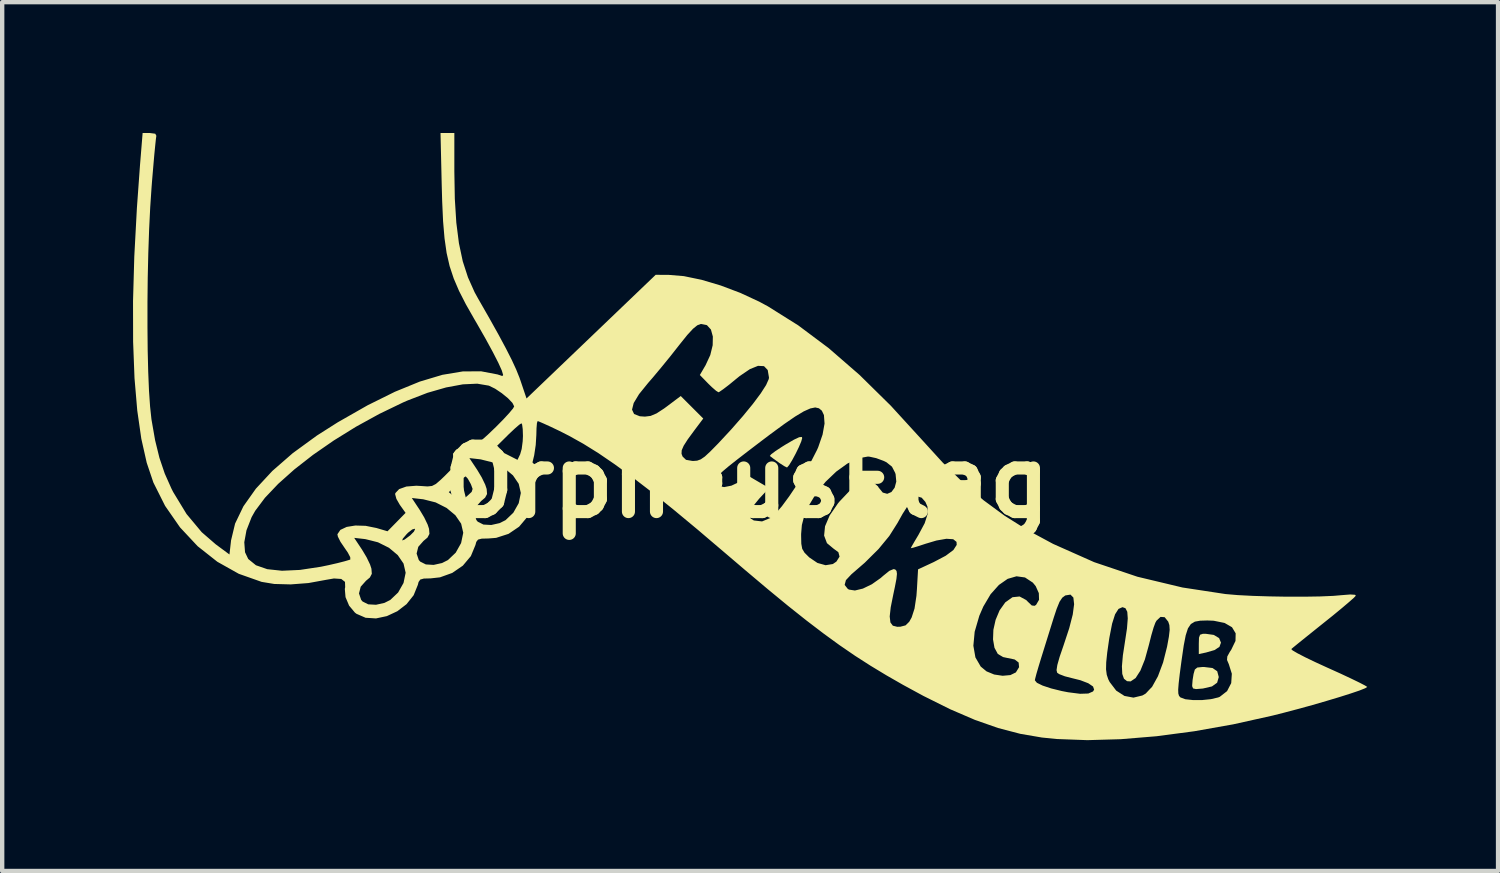
<source format=kicad_pcb>
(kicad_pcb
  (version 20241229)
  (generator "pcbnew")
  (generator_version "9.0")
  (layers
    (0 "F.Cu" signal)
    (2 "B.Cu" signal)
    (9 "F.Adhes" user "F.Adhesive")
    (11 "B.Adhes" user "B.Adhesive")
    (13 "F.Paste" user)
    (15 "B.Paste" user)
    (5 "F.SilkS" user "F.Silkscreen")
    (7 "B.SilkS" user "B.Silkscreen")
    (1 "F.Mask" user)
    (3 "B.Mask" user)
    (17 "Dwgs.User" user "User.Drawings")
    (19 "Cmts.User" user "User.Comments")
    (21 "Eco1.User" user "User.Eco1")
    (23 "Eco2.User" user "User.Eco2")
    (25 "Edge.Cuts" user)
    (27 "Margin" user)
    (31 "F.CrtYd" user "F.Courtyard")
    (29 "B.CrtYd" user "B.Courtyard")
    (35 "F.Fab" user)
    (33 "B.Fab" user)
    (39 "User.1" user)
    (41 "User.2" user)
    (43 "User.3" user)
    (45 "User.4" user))
  (footprint "OrpheusFlag"
    (layer "F.Cu")
    (at 14.073 8.001)
    (property "Reference" "OrpheusFlag" (at 0 0 0) (layer "F.SilkS") (effects (font (size 1.5 1.5) (thickness 0.3))))
    (attr board_only exclude_from_pos_files exclude_from_bom)
    (fp_poly (pts (xy 10.705 3.506) (xy 10.828 3.579) (xy 10.871 3.683) (xy 10.836 3.78) (xy 10.722 3.854) (xy 10.528 3.91) (xy 10.363 3.945) (xy 10.363 3.712) (xy 10.367 3.57) (xy 10.392 3.502) (xy 10.455 3.481) (xy 10.519 3.48)) (stroke (width 0) (type solid)) (fill yes) (layer "F.SilkS"))
    (fp_poly (pts (xy 10.677 4.265) (xy 10.785 4.339) (xy 10.82 4.47) (xy 10.82 4.474) (xy 10.783 4.602) (xy 10.665 4.687) (xy 10.459 4.735) (xy 10.439 4.737) (xy 10.298 4.748) (xy 10.231 4.733) (xy 10.211 4.682) (xy 10.211 4.661) (xy 10.221 4.537) (xy 10.243 4.401) (xy 10.272 4.3) (xy 10.328 4.254) (xy 10.443 4.242) (xy 10.486 4.242)) (stroke (width 0) (type solid)) (fill yes) (layer "F.SilkS"))
    (fp_poly (pts (xy 1.27 -1.009) (xy 1.248 -0.93) (xy 1.193 -0.8) (xy 1.119 -0.648) (xy 1.04 -0.501) (xy 0.97 -0.387) (xy 0.924 -0.334) (xy 0.92 -0.333) (xy 0.863 -0.361) (xy 0.757 -0.429) (xy 0.722 -0.454) (xy 0.609 -0.535) (xy 0.537 -0.59) (xy 0.528 -0.598) (xy 0.557 -0.634) (xy 0.655 -0.708) (xy 0.804 -0.806) (xy 0.886 -0.857) (xy 1.078 -0.969) (xy 1.199 -1.026) (xy 1.259 -1.033)) (stroke (width 0) (type solid)) (fill yes) (layer "F.SilkS"))
    (fp_poly (pts (xy -13.563 -7.985) (xy -13.538 -7.938) (xy -13.548 -7.87) (xy -13.564 -7.717) (xy -13.586 -7.494) (xy -13.61 -7.216) (xy -13.637 -6.899) (xy -13.648 -6.756) (xy -13.679 -6.297) (xy -13.704 -5.788) (xy -13.723 -5.245) (xy -13.736 -4.681) (xy -13.742 -4.114) (xy -13.742 -3.556) (xy -13.737 -3.024) (xy -13.725 -2.532) (xy -13.707 -2.096) (xy -13.682 -1.73) (xy -13.652 -1.45) (xy -13.65 -1.434) (xy -13.567 -0.958) (xy -13.468 -0.555) (xy -13.346 -0.194) (xy -13.192 0.152) (xy -13.153 0.229) (xy -12.846 0.734) (xy -12.498 1.151) (xy -12.177 1.429) (xy -11.862 1.662) (xy -11.83 1.381) (xy -11.522 1.381) (xy -11.505 1.611) (xy -11.432 1.765) (xy -11.255 1.909) (xy -10.995 1.999) (xy -10.658 2.035) (xy -10.246 2.016) (xy -9.765 1.943) (xy -9.587 1.906) (xy -9.382 1.859) (xy -9.215 1.816) (xy -9.111 1.785) (xy -9.091 1.777) (xy -9.093 1.724) (xy -9.148 1.619) (xy -9.222 1.511) (xy -9.317 1.371) (xy -9.362 1.281) (xy -9.002 1.281) (xy -8.82 1.555) (xy -8.718 1.726) (xy -8.639 1.89) (xy -8.607 1.988) (xy -8.598 2.105) (xy -8.642 2.189) (xy -8.732 2.265) (xy -8.853 2.401) (xy -8.892 2.555) (xy -8.843 2.701) (xy -8.81 2.74) (xy -8.681 2.805) (xy -8.502 2.815) (xy -8.309 2.772) (xy -8.174 2.704) (xy -7.995 2.534) (xy -7.871 2.315) (xy -7.823 2.084) (xy -7.823 2.078) (xy -7.871 1.87) (xy -8.004 1.676) (xy -8.204 1.509) (xy -8.456 1.383) (xy -8.62 1.341) (xy -7.901 1.341) (xy -7.845 1.319) (xy -7.727 1.231) (xy -7.716 1.222) (xy -7.632 1.137) (xy -7.606 1.08) (xy -7.612 1.072) (xy -7.671 1.088) (xy -7.765 1.161) (xy -7.8 1.196) (xy -7.888 1.299) (xy -7.901 1.341) (xy -8.62 1.341) (xy -8.742 1.311) (xy -8.771 1.307) (xy -9.002 1.281) (xy -9.362 1.281) (xy -9.376 1.253) (xy -9.387 1.198) (xy -9.319 1.098) (xy -9.175 1.03) (xy -8.975 0.998) (xy -8.74 1.005) (xy -8.491 1.055) (xy -8.471 1.061) (xy -8.238 1.13) (xy -8.031 0.919) (xy -7.824 0.708) (xy -7.957 0.522) (xy -8.034 0.388) (xy -8.04 0.367) (xy -7.681 0.367) (xy -7.5 0.64) (xy -7.397 0.812) (xy -7.318 0.976) (xy -7.286 1.074) (xy -7.277 1.19) (xy -7.322 1.275) (xy -7.412 1.35) (xy -7.533 1.487) (xy -7.571 1.641) (xy -7.522 1.787) (xy -7.489 1.825) (xy -7.36 1.89) (xy -7.181 1.901) (xy -6.988 1.858) (xy -6.853 1.79) (xy -6.674 1.62) (xy -6.551 1.4) (xy -6.503 1.17) (xy -6.502 1.163) (xy -6.55 0.956) (xy -6.683 0.762) (xy -6.884 0.595) (xy -7.135 0.468) (xy -7.421 0.396) (xy -7.45 0.393) (xy -7.681 0.367) (xy -8.04 0.367) (xy -8.063 0.281) (xy -8.059 0.256) (xy -8.039 0.234) (xy -6.833 0.234) (xy -6.706 0.332) (xy -6.611 0.403) (xy -6.55 0.42) (xy -6.482 0.381) (xy -6.401 0.312) (xy -6.309 0.227) (xy -6.287 0.159) (xy -6.323 0.06) (xy -6.336 0.033) (xy -6.396 -0.074) (xy -6.443 -0.126) (xy -6.448 -0.127) (xy -6.5 -0.094) (xy -6.596 -0.008) (xy -6.658 0.054) (xy -6.833 0.234) (xy -8.039 0.234) (xy -7.972 0.163) (xy -7.806 0.104) (xy -7.58 0.086) (xy -7.468 0.092) (xy -7.321 0.102) (xy -7.218 0.091) (xy -7.129 0.045) (xy -7.02 -0.049) (xy -6.926 -0.139) (xy -6.79 -0.276) (xy -6.718 -0.367) (xy -6.696 -0.436) (xy -6.713 -0.504) (xy -6.719 -0.517) (xy -6.723 -0.548) (xy -6.361 -0.548) (xy -6.179 -0.274) (xy -6.077 -0.103) (xy -5.998 0.061) (xy -5.965 0.16) (xy -5.956 0.276) (xy -6.001 0.36) (xy -6.091 0.436) (xy -6.212 0.572) (xy -6.25 0.726) (xy -6.201 0.872) (xy -6.169 0.911) (xy -6.039 0.976) (xy -5.86 0.986) (xy -5.668 0.943) (xy -5.532 0.875) (xy -5.354 0.705) (xy -5.23 0.486) (xy -5.182 0.255) (xy -5.182 0.249) (xy -5.23 0.042) (xy -5.362 -0.152) (xy -5.563 -0.32) (xy -5.814 -0.446) (xy -6.1 -0.518) (xy -6.129 -0.522) (xy -6.361 -0.548) (xy -6.723 -0.548) (xy -6.738 -0.647) (xy -6.661 -0.744) (xy -6.58 -0.774) (xy -5.782 -0.774) (xy -5.52 -0.641) (xy -5.258 -0.508) (xy -5.197 -0.635) (xy -5.162 -0.757) (xy -5.139 -0.933) (xy -5.133 -1.054) (xy -5.138 -1.211) (xy -5.152 -1.317) (xy -5.167 -1.346) (xy -5.218 -1.313) (xy -5.321 -1.224) (xy -5.455 -1.098) (xy -5.493 -1.06) (xy -5.782 -0.774) (xy -6.58 -0.774) (xy -6.49 -0.807) (xy -6.395 -0.823) (xy -6.288 -0.843) (xy -6.19 -0.884) (xy -6.081 -0.958) (xy -5.942 -1.081) (xy -5.753 -1.262) (xy -5.587 -1.43) (xy -5.453 -1.575) (xy -5.383 -1.659) (xy -2.632 -1.659) (xy -2.585 -1.559) (xy -2.454 -1.507) (xy -2.336 -1.499) (xy -2.206 -1.515) (xy -2.069 -1.573) (xy -1.897 -1.685) (xy -1.829 -1.735) (xy -1.515 -1.971) (xy -1.257 -1.713) (xy -0.999 -1.455) (xy -1.202 -1.185) (xy -1.354 -0.978) (xy -1.448 -0.831) (xy -1.493 -0.727) (xy -1.497 -0.647) (xy -1.473 -0.584) (xy -1.394 -0.508) (xy -1.25 -0.483) (xy -1.23 -0.482) (xy -1.139 -0.489) (xy -1.056 -0.519) (xy -0.962 -0.584) (xy -0.838 -0.699) (xy -0.665 -0.875) (xy -0.656 -0.884) (xy -0.356 -1.207) (xy -0.089 -1.512) (xy 0.138 -1.789) (xy 0.318 -2.03) (xy 0.442 -2.223) (xy 0.503 -2.36) (xy 0.508 -2.395) (xy 0.479 -2.567) (xy 0.394 -2.656) (xy 0.257 -2.663) (xy 0.071 -2.588) (xy -0.162 -2.43) (xy -0.246 -2.362) (xy -0.408 -2.229) (xy -0.543 -2.126) (xy -0.63 -2.066) (xy -0.65 -2.057) (xy -0.705 -2.091) (xy -0.804 -2.177) (xy -0.884 -2.255) (xy -1.077 -2.453) (xy -0.945 -2.679) (xy -0.838 -2.91) (xy -0.783 -3.135) (xy -0.779 -3.335) (xy -0.823 -3.495) (xy -0.915 -3.596) (xy -1.051 -3.623) (xy -1.055 -3.623) (xy -1.135 -3.593) (xy -1.234 -3.513) (xy -1.364 -3.372) (xy -1.536 -3.158) (xy -1.563 -3.124) (xy -1.751 -2.885) (xy -1.959 -2.63) (xy -2.156 -2.394) (xy -2.263 -2.271) (xy -2.471 -2.014) (xy -2.594 -1.81) (xy -2.632 -1.659) (xy -5.383 -1.659) (xy -5.363 -1.682) (xy -5.334 -1.733) (xy -5.374 -1.813) (xy -5.477 -1.921) (xy -5.618 -2.036) (xy -5.771 -2.139) (xy -5.91 -2.207) (xy -5.92 -2.21) (xy -6.181 -2.254) (xy -6.51 -2.239) (xy -6.894 -2.168) (xy -7.321 -2.045) (xy -7.775 -1.87) (xy -7.879 -1.825) (xy -8.426 -1.561) (xy -8.961 -1.267) (xy -9.471 -0.951) (xy -9.946 -0.622) (xy -10.374 -0.288) (xy -10.745 0.043) (xy -11.048 0.362) (xy -11.272 0.661) (xy -11.354 0.806) (xy -11.472 1.108) (xy -11.522 1.381) (xy -11.83 1.381) (xy -11.826 1.341) (xy -11.733 0.954) (xy -11.542 0.557) (xy -11.256 0.153) (xy -10.878 -0.254) (xy -10.411 -0.661) (xy -9.858 -1.064) (xy -9.38 -1.368) (xy -8.694 -1.759) (xy -8.068 -2.069) (xy -7.498 -2.302) (xy -6.981 -2.457) (xy -6.513 -2.535) (xy -6.093 -2.538) (xy -5.715 -2.466) (xy -5.606 -2.429) (xy -5.587 -2.453) (xy -5.618 -2.557) (xy -5.698 -2.734) (xy -5.823 -2.978) (xy -5.989 -3.283) (xy -6.194 -3.642) (xy -6.248 -3.734) (xy -6.442 -4.075) (xy -6.598 -4.38) (xy -6.72 -4.665) (xy -6.814 -4.949) (xy -6.883 -5.25) (xy -6.931 -5.587) (xy -6.964 -5.976) (xy -6.985 -6.437) (xy -6.995 -6.795) (xy -7.023 -8.001) (xy -6.864 -8.001) (xy -6.706 -8.001) (xy -6.706 -7.123) (xy -6.695 -6.493) (xy -6.661 -5.948) (xy -6.601 -5.475) (xy -6.513 -5.06) (xy -6.393 -4.69) (xy -6.241 -4.35) (xy -6.162 -4.207) (xy -5.902 -3.753) (xy -5.691 -3.375) (xy -5.522 -3.06) (xy -5.389 -2.798) (xy -5.288 -2.579) (xy -5.212 -2.39) (xy -5.185 -2.312) (xy -5.051 -1.915) (xy -3.571 -3.332) (xy -2.09 -4.75) (xy -1.794 -4.749) (xy -1.444 -4.72) (xy -1.038 -4.636) (xy -0.598 -4.505) (xy -0.15 -4.336) (xy 0.284 -4.135) (xy 0.484 -4.027) (xy 1.179 -3.591) (xy 1.878 -3.068) (xy 2.584 -2.455) (xy 3.302 -1.748) (xy 3.994 -0.991) (xy 4.488 -0.449) (xy 4.959 0.015) (xy 5.427 0.418) (xy 5.911 0.774) (xy 6.43 1.1) (xy 7.005 1.41) (xy 7.026 1.421) (xy 7.964 1.838) (xy 8.955 2.172) (xy 9.989 2.419) (xy 10.973 2.569) (xy 11.251 2.593) (xy 11.596 2.611) (xy 11.983 2.623) (xy 12.386 2.63) (xy 12.781 2.63) (xy 13.144 2.624) (xy 13.449 2.611) (xy 13.633 2.595) (xy 13.835 2.579) (xy 13.945 2.586) (xy 13.963 2.607) (xy 13.919 2.654) (xy 13.808 2.752) (xy 13.644 2.891) (xy 13.439 3.06) (xy 13.233 3.225) (xy 13.002 3.41) (xy 12.798 3.574) (xy 12.634 3.706) (xy 12.524 3.796) (xy 12.483 3.831) (xy 12.514 3.862) (xy 12.625 3.927) (xy 12.803 4.019) (xy 13.034 4.13) (xy 13.304 4.254) (xy 13.333 4.267) (xy 13.61 4.392) (xy 13.851 4.505) (xy 14.043 4.598) (xy 14.172 4.665) (xy 14.224 4.698) (xy 14.224 4.699) (xy 14.177 4.729) (xy 14.047 4.781) (xy 13.846 4.849) (xy 13.591 4.93) (xy 13.294 5.019) (xy 12.971 5.113) (xy 12.636 5.205) (xy 12.303 5.293) (xy 12.053 5.356) (xy 11.149 5.557) (xy 10.258 5.715) (xy 9.396 5.829) (xy 8.574 5.897) (xy 7.807 5.919) (xy 7.108 5.893) (xy 6.767 5.859) (xy 6.27 5.774) (xy 5.762 5.641) (xy 5.231 5.455) (xy 4.664 5.211) (xy 4.047 4.904) (xy 3.583 4.652) (xy 3.4 4.547) (xy 6.604 4.547) (xy 6.651 4.604) (xy 6.782 4.668) (xy 6.978 4.733) (xy 7.221 4.793) (xy 7.366 4.821) (xy 7.641 4.856) (xy 7.829 4.85) (xy 7.937 4.803) (xy 7.963 4.761) (xy 7.938 4.689) (xy 7.828 4.614) (xy 7.647 4.545) (xy 7.459 4.498) (xy 7.292 4.455) (xy 7.164 4.406) (xy 7.116 4.374) (xy 7.101 4.313) (xy 7.104 4.295) (xy 8.236 4.295) (xy 8.252 4.419) (xy 8.288 4.525) (xy 8.319 4.586) (xy 8.469 4.783) (xy 8.658 4.905) (xy 8.865 4.944) (xy 9.069 4.895) (xy 9.146 4.85) (xy 9.231 4.759) (xy 9.89 4.759) (xy 9.893 4.849) (xy 9.909 4.902) (xy 9.937 4.935) (xy 9.944 4.94) (xy 10.055 4.981) (xy 10.23 5) (xy 10.437 5) (xy 10.641 4.979) (xy 10.807 4.94) (xy 10.844 4.925) (xy 11.011 4.795) (xy 11.106 4.611) (xy 11.12 4.396) (xy 11.051 4.177) (xy 11.01 4.081) (xy 11.016 4.001) (xy 11.073 3.896) (xy 11.105 3.849) (xy 11.204 3.644) (xy 11.208 3.47) (xy 11.124 3.33) (xy 10.954 3.232) (xy 10.705 3.181) (xy 10.559 3.175) (xy 10.395 3.18) (xy 10.272 3.202) (xy 10.181 3.257) (xy 10.114 3.356) (xy 10.063 3.514) (xy 10.018 3.744) (xy 9.972 4.059) (xy 9.964 4.115) (xy 9.925 4.409) (xy 9.901 4.618) (xy 9.89 4.759) (xy 9.231 4.759) (xy 9.292 4.696) (xy 9.426 4.454) (xy 9.544 4.138) (xy 9.635 3.777) (xy 9.677 3.547) (xy 9.695 3.391) (xy 9.688 3.281) (xy 9.662 3.202) (xy 9.58 3.1) (xy 9.485 3.093) (xy 9.393 3.18) (xy 9.367 3.226) (xy 9.326 3.337) (xy 9.275 3.512) (xy 9.224 3.714) (xy 9.219 3.734) (xy 9.126 4.071) (xy 9.023 4.326) (xy 8.914 4.495) (xy 8.8 4.572) (xy 8.718 4.567) (xy 8.647 4.511) (xy 8.608 4.401) (xy 8.6 4.226) (xy 8.622 3.975) (xy 8.668 3.675) (xy 8.716 3.358) (xy 8.734 3.128) (xy 8.723 2.976) (xy 8.681 2.894) (xy 8.613 2.87) (xy 8.522 2.91) (xy 8.443 3.034) (xy 8.375 3.248) (xy 8.315 3.557) (xy 8.306 3.61) (xy 8.263 3.911) (xy 8.24 4.133) (xy 8.236 4.295) (xy 7.104 4.295) (xy 7.119 4.196) (xy 7.172 4.009) (xy 7.262 3.746) (xy 7.392 3.352) (xy 7.473 3.037) (xy 7.504 2.802) (xy 7.487 2.649) (xy 7.42 2.582) (xy 7.303 2.601) (xy 7.301 2.602) (xy 7.232 2.653) (xy 7.169 2.748) (xy 7.104 2.908) (xy 7.038 3.107) (xy 6.954 3.376) (xy 6.858 3.684) (xy 6.768 3.973) (xy 6.751 4.027) (xy 6.688 4.234) (xy 6.638 4.405) (xy 6.609 4.518) (xy 6.604 4.547) (xy 3.4 4.547) (xy 3.201 4.433) (xy 2.839 4.214) (xy 2.485 3.987) (xy 2.145 3.754) (xy 5.194 3.754) (xy 5.241 4.022) (xy 5.363 4.232) (xy 5.496 4.342) (xy 5.671 4.414) (xy 5.865 4.443) (xy 6.043 4.427) (xy 6.168 4.366) (xy 6.169 4.365) (xy 6.242 4.246) (xy 6.232 4.139) (xy 6.144 4.071) (xy 6.121 4.065) (xy 5.969 4.034) (xy 5.876 4.014) (xy 5.755 3.943) (xy 5.678 3.801) (xy 5.645 3.61) (xy 5.653 3.389) (xy 5.704 3.161) (xy 5.795 2.944) (xy 5.925 2.761) (xy 5.93 2.757) (xy 6.091 2.642) (xy 6.254 2.625) (xy 6.406 2.707) (xy 6.445 2.747) (xy 6.533 2.831) (xy 6.598 2.839) (xy 6.632 2.817) (xy 6.7 2.701) (xy 6.695 2.548) (xy 6.623 2.387) (xy 6.557 2.307) (xy 6.378 2.189) (xy 6.183 2.162) (xy 5.98 2.221) (xy 5.779 2.361) (xy 5.589 2.574) (xy 5.422 2.856) (xy 5.331 3.066) (xy 5.224 3.433) (xy 5.194 3.754) (xy 2.145 3.754) (xy 2.13 3.744) (xy 1.763 3.477) (xy 1.372 3.179) (xy 0.948 2.842) (xy 0.48 2.457) (xy 0.365 2.36) (xy 2.243 2.36) (xy 2.313 2.449) (xy 2.342 2.467) (xy 2.478 2.488) (xy 2.661 2.444) (xy 2.866 2.345) (xy 3.07 2.201) (xy 3.123 2.154) (xy 3.268 2.037) (xy 3.365 1.997) (xy 3.403 2.006) (xy 3.433 2.04) (xy 3.442 2.106) (xy 3.43 2.222) (xy 3.395 2.405) (xy 3.358 2.58) (xy 3.299 2.874) (xy 3.276 3.083) (xy 3.292 3.22) (xy 3.348 3.295) (xy 3.448 3.32) (xy 3.521 3.318) (xy 3.64 3.287) (xy 3.724 3.204) (xy 3.779 3.106) (xy 3.845 2.902) (xy 3.889 2.609) (xy 3.9 2.457) (xy 3.926 2.003) (xy 4.287 1.835) (xy 4.56 1.691) (xy 4.736 1.56) (xy 4.812 1.442) (xy 4.808 1.373) (xy 4.732 1.312) (xy 4.576 1.302) (xy 4.347 1.342) (xy 4.102 1.415) (xy 3.935 1.47) (xy 3.813 1.507) (xy 3.76 1.518) (xy 3.759 1.518) (xy 3.783 1.471) (xy 3.847 1.36) (xy 3.936 1.211) (xy 3.937 1.209) (xy 4.078 0.945) (xy 4.145 0.735) (xy 4.142 0.566) (xy 4.094 0.457) (xy 4.009 0.36) (xy 3.922 0.334) (xy 3.824 0.383) (xy 3.71 0.514) (xy 3.572 0.73) (xy 3.454 0.941) (xy 3.267 1.237) (xy 3.021 1.536) (xy 2.705 1.85) (xy 2.398 2.116) (xy 2.272 2.25) (xy 2.243 2.36) (xy 0.365 2.36) (xy -0.043 2.016) (xy -0.504 1.623) (xy -0.959 1.236) (xy 1.245 1.236) (xy 1.249 1.416) (xy 1.27 1.532) (xy 1.323 1.621) (xy 1.423 1.721) (xy 1.434 1.731) (xy 1.619 1.856) (xy 1.806 1.908) (xy 1.972 1.881) (xy 2.054 1.825) (xy 2.126 1.711) (xy 2.099 1.61) (xy 1.987 1.527) (xy 1.837 1.402) (xy 1.772 1.229) (xy 1.793 1.016) (xy 1.899 0.768) (xy 2.089 0.491) (xy 2.128 0.444) (xy 2.349 0.211) (xy 2.556 0.057) (xy 2.739 -0.014) (xy 2.891 -0.001) (xy 3.006 0.099) (xy 3.024 0.13) (xy 3.117 0.243) (xy 3.219 0.271) (xy 3.315 0.23) (xy 3.389 0.131) (xy 3.427 -0.009) (xy 3.411 -0.178) (xy 3.401 -0.21) (xy 3.328 -0.351) (xy 3.202 -0.452) (xy 3.131 -0.486) (xy 2.966 -0.547) (xy 2.809 -0.581) (xy 2.772 -0.583) (xy 2.55 -0.541) (xy 2.304 -0.421) (xy 2.05 -0.238) (xy 1.807 -0.006) (xy 1.591 0.259) (xy 1.42 0.544) (xy 1.408 0.569) (xy 1.312 0.795) (xy 1.262 0.986) (xy 1.245 1.192) (xy 1.245 1.236) (xy -0.959 1.236) (xy -1.123 1.096) (xy -1.678 0.635) (xy -2.176 0.234) (xy -2.495 -0.011) (xy -0.706 -0.011) (xy -0.702 0.01) (xy -0.643 0.092) (xy -0.52 0.117) (xy -0.353 0.084) (xy -0.176 0.001) (xy 0.051 -0.131) (xy 0.281 0.004) (xy 0.511 0.138) (xy 0.281 0.385) (xy 0.124 0.578) (xy 0.058 0.727) (xy 0.083 0.832) (xy 0.16 0.882) (xy 0.349 0.904) (xy 0.536 0.827) (xy 0.665 0.718) (xy 0.804 0.556) (xy 0.972 0.328) (xy 1.153 0.059) (xy 1.33 -0.224) (xy 1.487 -0.496) (xy 1.608 -0.732) (xy 1.636 -0.795) (xy 1.737 -1.088) (xy 1.782 -1.339) (xy 1.768 -1.534) (xy 1.72 -1.635) (xy 1.653 -1.69) (xy 1.568 -1.709) (xy 1.455 -1.686) (xy 1.305 -1.619) (xy 1.108 -1.501) (xy 0.858 -1.329) (xy 0.543 -1.098) (xy 0.347 -0.95) (xy 0.024 -0.704) (xy -0.227 -0.51) (xy -0.414 -0.362) (xy -0.547 -0.25) (xy -0.633 -0.168) (xy -0.683 -0.106) (xy -0.704 -0.056) (xy -0.706 -0.011) (xy -2.495 -0.011) (xy -2.625 -0.112) (xy -3.032 -0.408) (xy -3.404 -0.662) (xy -3.75 -0.877) (xy -4.078 -1.06) (xy -4.301 -1.173) (xy -4.498 -1.267) (xy -4.661 -1.341) (xy -4.767 -1.387) (xy -4.796 -1.397) (xy -4.812 -1.351) (xy -4.822 -1.23) (xy -4.826 -1.076) (xy -4.84 -0.849) (xy -4.875 -0.613) (xy -4.905 -0.489) (xy -4.95 -0.305) (xy -4.954 -0.167) (xy -4.925 -0.042) (xy -4.875 0.256) (xy -4.916 0.543) (xy -5.035 0.804) (xy -5.221 1.025) (xy -5.463 1.189) (xy -5.748 1.281) (xy -5.922 1.295) (xy -6.079 1.299) (xy -6.163 1.321) (xy -6.203 1.374) (xy -6.222 1.445) (xy -6.327 1.699) (xy -6.511 1.918) (xy -6.754 2.085) (xy -7.035 2.186) (xy -7.251 2.21) (xy -7.405 2.214) (xy -7.487 2.237) (xy -7.526 2.293) (xy -7.543 2.359) (xy -7.639 2.596) (xy -7.802 2.801) (xy -8.013 2.963) (xy -8.253 3.075) (xy -8.502 3.128) (xy -8.741 3.113) (xy -8.95 3.022) (xy -8.986 2.994) (xy -9.119 2.835) (xy -9.201 2.64) (xy -9.217 2.452) (xy -9.209 2.412) (xy -9.213 2.29) (xy -9.299 2.223) (xy -9.466 2.212) (xy -9.646 2.243) (xy -10.051 2.317) (xy -10.458 2.348) (xy -10.835 2.338) (xy -11.125 2.29) (xy -11.648 2.105) (xy -12.14 1.829) (xy -12.592 1.472) (xy -12.995 1.041) (xy -13.338 0.547) (xy -13.606 0.013) (xy -13.759 -0.441) (xy -13.883 -0.992) (xy -13.976 -1.639) (xy -14.039 -2.381) (xy -14.071 -3.217) (xy -14.073 -4.147) (xy -14.044 -5.169) (xy -13.984 -6.285) (xy -13.914 -7.252) (xy -13.853 -8.001) (xy -13.685 -8.001)) (stroke (width 0) (type solid)) (fill yes) (layer "F.SilkS")))
  (gr_rect
    (start -3 -3)
    (end 31.297 16.92)
    (stroke (width 0.1) (type default))
    (fill no)
    (layer "Edge.Cuts")))
</source>
